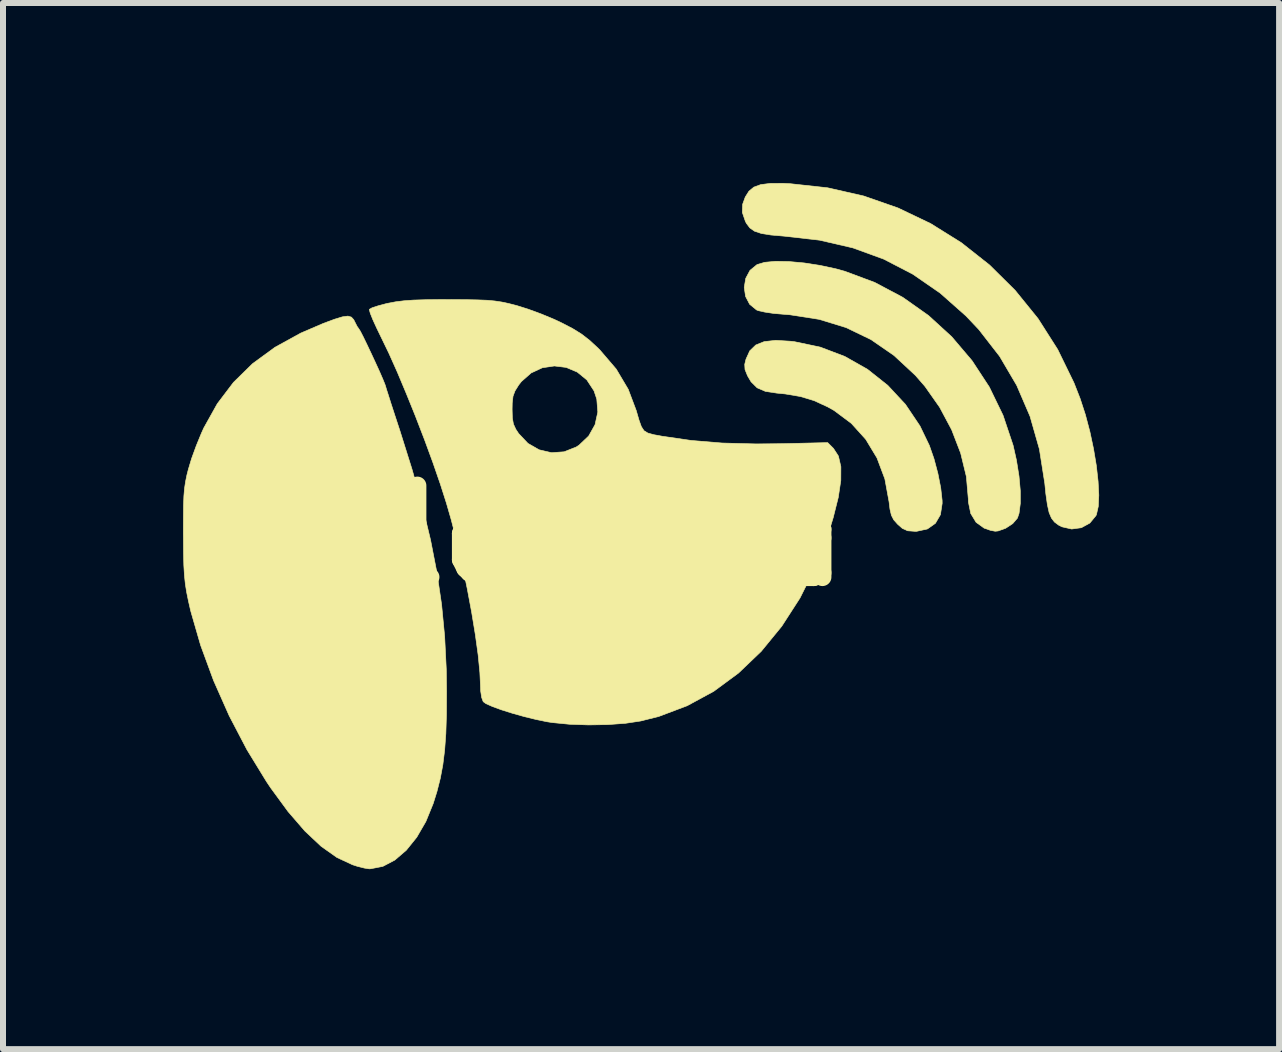
<source format=kicad_pcb>
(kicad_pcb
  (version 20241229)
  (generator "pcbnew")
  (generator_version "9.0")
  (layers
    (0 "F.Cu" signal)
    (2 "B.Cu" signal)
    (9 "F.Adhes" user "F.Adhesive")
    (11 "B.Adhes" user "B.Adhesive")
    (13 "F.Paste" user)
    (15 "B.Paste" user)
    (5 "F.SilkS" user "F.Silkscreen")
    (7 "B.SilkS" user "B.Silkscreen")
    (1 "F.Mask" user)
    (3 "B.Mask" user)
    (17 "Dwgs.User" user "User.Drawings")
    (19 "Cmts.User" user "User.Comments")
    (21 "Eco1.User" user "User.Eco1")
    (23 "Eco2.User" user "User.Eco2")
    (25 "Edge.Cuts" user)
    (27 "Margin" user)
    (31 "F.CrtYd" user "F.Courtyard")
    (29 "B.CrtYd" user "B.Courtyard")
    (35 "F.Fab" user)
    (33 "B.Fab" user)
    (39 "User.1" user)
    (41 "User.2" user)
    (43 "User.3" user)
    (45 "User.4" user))
  (footprint "logo_a"
    (layer "F.Cu")
    (at 7.279 5.876)
    (property "Reference" "logo_a" (at 0 0 0) (layer "F.SilkS") (effects (font (size 1.524 1.524) (thickness 0.3))))
    (attr through_hole)
    (fp_poly (pts (xy 2.845 -3.24) (xy 2.907 -3.233) (xy 3.339 -3.142) (xy 3.747 -2.987) (xy 4.125 -2.773) (xy 4.464 -2.504) (xy 4.758 -2.188) (xy 5 -1.828) (xy 5.156 -1.504) (xy 5.234 -1.28) (xy 5.299 -1.035) (xy 5.346 -0.796) (xy 5.369 -0.589) (xy 5.37 -0.539) (xy 5.341 -0.35) (xy 5.257 -0.206) (xy 5.124 -0.112) (xy 4.945 -0.073) (xy 4.914 -0.073) (xy 4.794 -0.082) (xy 4.706 -0.122) (xy 4.628 -0.191) (xy 4.563 -0.264) (xy 4.524 -0.34) (xy 4.5 -0.442) (xy 4.485 -0.565) (xy 4.415 -0.946) (xy 4.284 -1.295) (xy 4.097 -1.605) (xy 3.857 -1.871) (xy 3.568 -2.087) (xy 3.459 -2.148) (xy 3.234 -2.251) (xy 3.009 -2.319) (xy 2.755 -2.362) (xy 2.613 -2.376) (xy 2.424 -2.405) (xy 2.287 -2.464) (xy 2.186 -2.564) (xy 2.127 -2.664) (xy 2.085 -2.768) (xy 2.08 -2.855) (xy 2.101 -2.941) (xy 2.164 -3.08) (xy 2.264 -3.177) (xy 2.405 -3.234) (xy 2.597 -3.255) (xy 2.845 -3.24)) (stroke (width 0.01) (type solid)) (fill yes) (layer "F.SilkS"))
    (fp_poly (pts (xy 2.817 -4.568) (xy 3.069 -4.545) (xy 3.334 -4.504) (xy 3.599 -4.447) (xy 3.747 -4.406) (xy 4.246 -4.22) (xy 4.713 -3.972) (xy 5.142 -3.669) (xy 5.529 -3.315) (xy 5.868 -2.916) (xy 6.155 -2.478) (xy 6.384 -2.006) (xy 6.552 -1.505) (xy 6.607 -1.26) (xy 6.65 -0.993) (xy 6.672 -0.748) (xy 6.672 -0.537) (xy 6.651 -0.373) (xy 6.624 -0.293) (xy 6.546 -0.202) (xy 6.428 -0.124) (xy 6.303 -0.079) (xy 6.254 -0.074) (xy 6.175 -0.089) (xy 6.075 -0.124) (xy 6.069 -0.126) (xy 5.935 -0.223) (xy 5.846 -0.37) (xy 5.807 -0.561) (xy 5.806 -0.609) (xy 5.773 -0.986) (xy 5.678 -1.376) (xy 5.528 -1.765) (xy 5.328 -2.14) (xy 5.084 -2.487) (xy 4.924 -2.671) (xy 4.567 -3.003) (xy 4.183 -3.268) (xy 3.768 -3.468) (xy 3.32 -3.605) (xy 2.834 -3.681) (xy 2.722 -3.69) (xy 2.559 -3.704) (xy 2.413 -3.726) (xy 2.307 -3.75) (xy 2.278 -3.761) (xy 2.162 -3.856) (xy 2.094 -3.987) (xy 2.072 -4.137) (xy 2.097 -4.288) (xy 2.168 -4.421) (xy 2.285 -4.517) (xy 2.412 -4.555) (xy 2.594 -4.572) (xy 2.817 -4.568)) (stroke (width 0.01) (type solid)) (fill yes) (layer "F.SilkS"))
    (fp_poly (pts (xy 2.84 -5.865) (xy 3.461 -5.797) (xy 4.06 -5.661) (xy 4.634 -5.461) (xy 5.178 -5.201) (xy 5.688 -4.883) (xy 6.159 -4.511) (xy 6.586 -4.088) (xy 6.967 -3.618) (xy 7.295 -3.103) (xy 7.566 -2.547) (xy 7.669 -2.284) (xy 7.756 -2.017) (xy 7.831 -1.734) (xy 7.892 -1.447) (xy 7.939 -1.166) (xy 7.968 -0.905) (xy 7.98 -0.675) (xy 7.971 -0.487) (xy 7.941 -0.354) (xy 7.933 -0.335) (xy 7.83 -0.21) (xy 7.689 -0.133) (xy 7.528 -0.111) (xy 7.366 -0.148) (xy 7.309 -0.177) (xy 7.241 -0.228) (xy 7.191 -0.293) (xy 7.152 -0.385) (xy 7.123 -0.517) (xy 7.097 -0.7) (xy 7.08 -0.871) (xy 6.99 -1.443) (xy 6.834 -1.989) (xy 6.612 -2.505) (xy 6.328 -2.988) (xy 5.981 -3.435) (xy 5.767 -3.661) (xy 5.337 -4.042) (xy 4.881 -4.357) (xy 4.397 -4.608) (xy 3.881 -4.796) (xy 3.328 -4.924) (xy 2.74 -4.991) (xy 2.518 -5.01) (xy 2.357 -5.036) (xy 2.243 -5.074) (xy 2.165 -5.129) (xy 2.108 -5.205) (xy 2.091 -5.238) (xy 2.04 -5.387) (xy 2.045 -5.522) (xy 2.089 -5.643) (xy 2.15 -5.74) (xy 2.232 -5.808) (xy 2.347 -5.85) (xy 2.506 -5.87) (xy 2.72 -5.871) (xy 2.84 -5.865)) (stroke (width 0.01) (type solid)) (fill yes) (layer "F.SilkS"))
    (fp_poly (pts (xy -4.474 -3.642) (xy -4.435 -3.599) (xy -4.418 -3.565) (xy -4.379 -3.488) (xy -4.35 -3.447) (xy -4.325 -3.408) (xy -4.278 -3.317) (xy -4.216 -3.189) (xy -4.145 -3.039) (xy -4.072 -2.882) (xy -4.004 -2.733) (xy -3.949 -2.606) (xy -3.913 -2.517) (xy -3.903 -2.486) (xy -3.89 -2.441) (xy -3.857 -2.339) (xy -3.81 -2.19) (xy -3.75 -2.006) (xy -3.681 -1.796) (xy -3.669 -1.76) (xy -3.463 -1.104) (xy -3.292 -0.498) (xy -3.155 0.071) (xy -3.049 0.615) (xy -2.971 1.147) (xy -2.92 1.678) (xy -2.893 2.221) (xy -2.888 2.594) (xy -2.89 2.975) (xy -2.9 3.296) (xy -2.92 3.572) (xy -2.95 3.816) (xy -2.992 4.041) (xy -3.048 4.262) (xy -3.11 4.461) (xy -3.233 4.763) (xy -3.385 5.025) (xy -3.559 5.241) (xy -3.75 5.405) (xy -3.95 5.51) (xy -4.154 5.55) (xy -4.177 5.551) (xy -4.26 5.538) (xy -4.378 5.508) (xy -4.455 5.483) (xy -4.715 5.362) (xy -4.979 5.175) (xy -5.25 4.92) (xy -5.529 4.597) (xy -5.817 4.204) (xy -5.887 4.1) (xy -6.213 3.568) (xy -6.51 3) (xy -6.77 2.414) (xy -6.986 1.826) (xy -7.151 1.255) (xy -7.189 1.089) (xy -7.219 0.942) (xy -7.241 0.803) (xy -7.256 0.659) (xy -7.266 0.492) (xy -7.271 0.286) (xy -7.273 0.028) (xy -7.274 -0.036) (xy -7.273 -0.298) (xy -7.271 -0.501) (xy -7.265 -0.66) (xy -7.254 -0.789) (xy -7.237 -0.902) (xy -7.214 -1.014) (xy -7.19 -1.107) (xy -7.136 -1.287) (xy -7.059 -1.498) (xy -6.974 -1.705) (xy -6.933 -1.796) (xy -6.708 -2.199) (xy -6.439 -2.554) (xy -6.121 -2.866) (xy -5.748 -3.139) (xy -5.317 -3.376) (xy -4.94 -3.538) (xy -4.754 -3.607) (xy -4.622 -3.647) (xy -4.532 -3.659) (xy -4.474 -3.642)) (stroke (width 0.01) (type solid)) (fill yes) (layer "F.SilkS"))
    (fp_poly (pts (xy -2.83 -3.934) (xy -2.572 -3.933) (xy -2.371 -3.929) (xy -2.214 -3.923) (xy -2.086 -3.911) (xy -1.972 -3.894) (xy -1.858 -3.87) (xy -1.729 -3.837) (xy -1.724 -3.836) (xy -1.53 -3.775) (xy -1.307 -3.693) (xy -1.089 -3.602) (xy -0.982 -3.552) (xy -0.787 -3.451) (xy -0.636 -3.357) (xy -0.501 -3.252) (xy -0.358 -3.119) (xy -0.328 -3.088) (xy -0.061 -2.776) (xy 0.139 -2.439) (xy 0.272 -2.086) (xy 0.319 -1.924) (xy 0.358 -1.816) (xy 0.402 -1.749) (xy 0.466 -1.71) (xy 0.564 -1.683) (xy 0.711 -1.656) (xy 0.714 -1.656) (xy 1.187 -1.587) (xy 1.703 -1.544) (xy 2.27 -1.529) (xy 2.702 -1.533) (xy 3.462 -1.551) (xy 3.558 -1.455) (xy 3.641 -1.327) (xy 3.682 -1.15) (xy 3.681 -0.921) (xy 3.639 -0.639) (xy 3.554 -0.3) (xy 3.479 -0.054) (xy 3.262 0.516) (xy 3.001 1.038) (xy 2.697 1.509) (xy 2.355 1.927) (xy 1.976 2.289) (xy 1.564 2.593) (xy 1.12 2.834) (xy 0.648 3.012) (xy 0.345 3.088) (xy 0.093 3.126) (xy -0.206 3.148) (xy -0.525 3.153) (xy -0.84 3.142) (xy -1.125 3.114) (xy -1.216 3.1) (xy -1.399 3.062) (xy -1.595 3.014) (xy -1.791 2.959) (xy -1.972 2.902) (xy -2.123 2.847) (xy -2.231 2.799) (xy -2.277 2.766) (xy -2.303 2.697) (xy -2.32 2.587) (xy -2.322 2.523) (xy -2.333 2.283) (xy -2.362 1.987) (xy -2.409 1.647) (xy -2.47 1.276) (xy -2.543 0.886) (xy -2.625 0.49) (xy -2.716 0.101) (xy -2.811 -0.268) (xy -2.889 -0.538) (xy -2.991 -0.858) (xy -3.115 -1.217) (xy -3.255 -1.599) (xy -3.405 -1.988) (xy -3.452 -2.105) (xy -1.796 -2.105) (xy -1.792 -1.961) (xy -1.774 -1.86) (xy -1.734 -1.773) (xy -1.687 -1.702) (xy -1.532 -1.538) (xy -1.345 -1.431) (xy -1.139 -1.383) (xy -0.929 -1.398) (xy -0.727 -1.478) (xy -0.68 -1.509) (xy -0.52 -1.661) (xy -0.414 -1.85) (xy -0.368 -2.06) (xy -0.385 -2.276) (xy -0.431 -2.413) (xy -0.551 -2.596) (xy -0.71 -2.726) (xy -0.895 -2.804) (xy -1.094 -2.828) (xy -1.293 -2.798) (xy -1.48 -2.711) (xy -1.642 -2.568) (xy -1.687 -2.51) (xy -1.748 -2.412) (xy -1.781 -2.323) (xy -1.794 -2.212) (xy -1.796 -2.105) (xy -3.452 -2.105) (xy -3.559 -2.369) (xy -3.709 -2.727) (xy -3.851 -3.044) (xy -3.971 -3.292) (xy -4.051 -3.457) (xy -4.116 -3.599) (xy -4.159 -3.706) (xy -4.175 -3.766) (xy -4.174 -3.772) (xy -4.13 -3.797) (xy -4.033 -3.829) (xy -3.903 -3.864) (xy -3.863 -3.873) (xy -3.737 -3.897) (xy -3.6 -3.914) (xy -3.438 -3.926) (xy -3.237 -3.932) (xy -2.983 -3.935) (xy -2.83 -3.934)) (stroke (width 0.01) (type solid)) (fill yes) (layer "F.SilkS")))
  (gr_rect
    (start -3 -3)
    (end 18.263 14.431)
    (stroke (width 0.1) (type default))
    (fill no)
    (layer "Edge.Cuts")))
</source>
